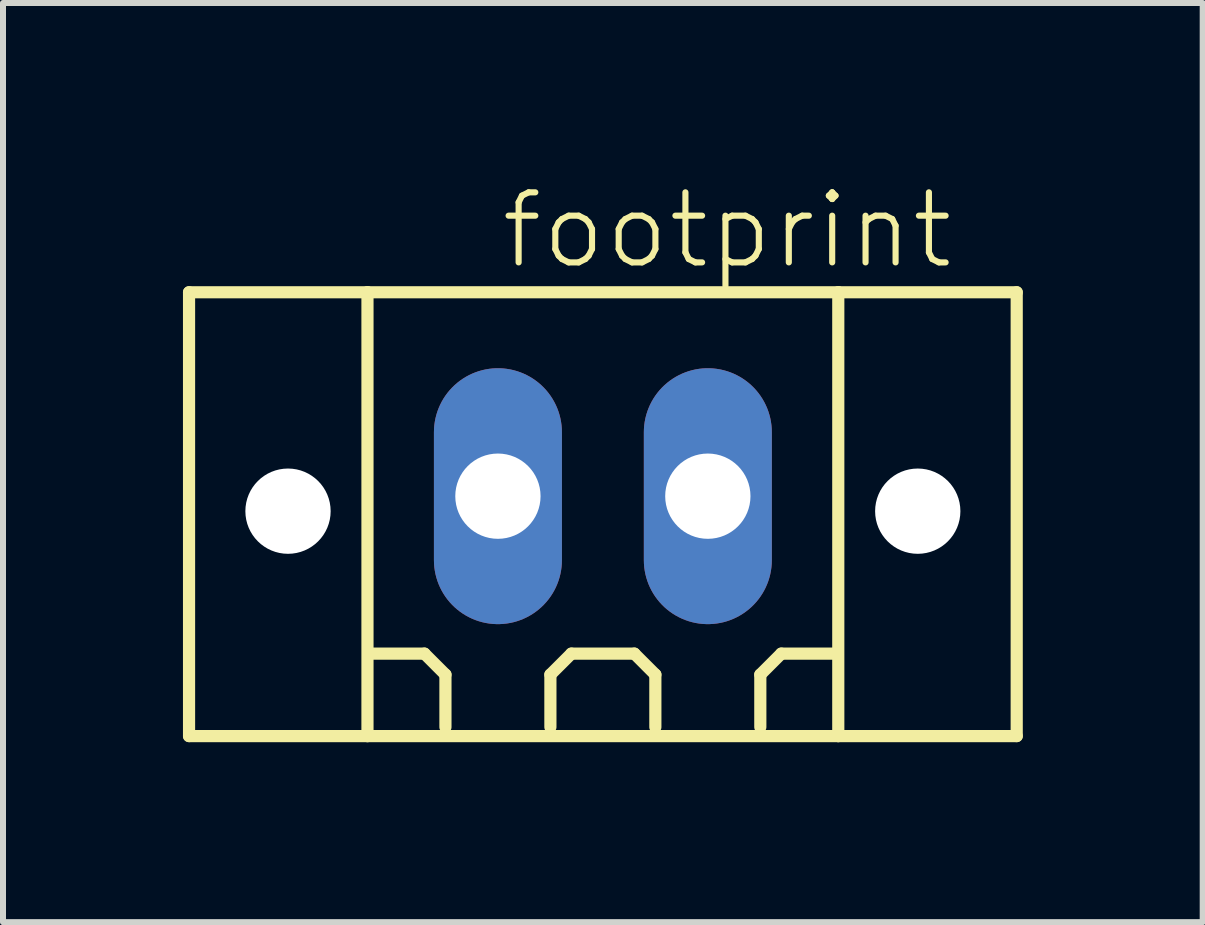
<source format=kicad_pcb>
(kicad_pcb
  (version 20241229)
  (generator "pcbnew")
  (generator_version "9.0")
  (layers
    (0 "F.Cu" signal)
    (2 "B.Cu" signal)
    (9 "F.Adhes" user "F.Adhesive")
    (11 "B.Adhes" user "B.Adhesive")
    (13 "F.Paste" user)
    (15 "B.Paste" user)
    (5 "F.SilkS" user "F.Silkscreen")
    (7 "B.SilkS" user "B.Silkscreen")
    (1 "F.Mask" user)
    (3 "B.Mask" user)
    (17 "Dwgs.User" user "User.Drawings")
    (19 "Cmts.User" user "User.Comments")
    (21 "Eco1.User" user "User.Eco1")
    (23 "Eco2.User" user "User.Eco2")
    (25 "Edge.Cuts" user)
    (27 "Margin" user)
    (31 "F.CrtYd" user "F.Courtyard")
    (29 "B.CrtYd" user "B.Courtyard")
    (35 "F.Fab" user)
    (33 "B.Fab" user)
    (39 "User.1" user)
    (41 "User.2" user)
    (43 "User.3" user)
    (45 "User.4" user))
  (footprint "footprint"
    (layer "F.Cu")
    (at 7.002 5.223)
    (property "Reference" "footprint" (at -1.75 -3.75 0) (layer "F.SilkS") (effects (font (size 1.168 1.168) (thickness 0.102)) (justify left bottom)))
    (fp_line (start -6.9 -3.4) (end -3.925 -3.4) (stroke (width 0.203) (type solid)) (layer "F.SilkS"))
    (fp_line (start -6.9 4) (end -6.9 -3.4) (stroke (width 0.203) (type solid)) (layer "F.SilkS"))
    (fp_line (start -3.925 -3.4) (end 3.925 -3.4) (stroke (width 0.203) (type solid)) (layer "F.SilkS"))
    (fp_line (start -3.925 4) (end -6.9 4) (stroke (width 0.203) (type solid)) (layer "F.SilkS"))
    (fp_line (start -3.925 4) (end -3.925 -3.4) (stroke (width 0.203) (type solid)) (layer "F.SilkS"))
    (fp_line (start -2.975 2.625) (end -3.85 2.625) (stroke (width 0.203) (type solid)) (layer "F.SilkS"))
    (fp_line (start -2.625 2.975) (end -2.975 2.625) (stroke (width 0.203) (type solid)) (layer "F.SilkS"))
    (fp_line (start -2.625 3.85) (end -2.625 2.975) (stroke (width 0.203) (type solid)) (layer "F.SilkS"))
    (fp_line (start -0.875 2.975) (end -0.525 2.625) (stroke (width 0.203) (type solid)) (layer "F.SilkS"))
    (fp_line (start -0.875 3.85) (end -0.875 2.975) (stroke (width 0.203) (type solid)) (layer "F.SilkS"))
    (fp_line (start -0.525 2.625) (end 0.525 2.625) (stroke (width 0.203) (type solid)) (layer "F.SilkS"))
    (fp_line (start 0.525 2.625) (end 0.875 2.975) (stroke (width 0.203) (type solid)) (layer "F.SilkS"))
    (fp_line (start 0.875 2.975) (end 0.875 3.85) (stroke (width 0.203) (type solid)) (layer "F.SilkS"))
    (fp_line (start 2.625 2.975) (end 2.975 2.625) (stroke (width 0.203) (type solid)) (layer "F.SilkS"))
    (fp_line (start 2.625 3.85) (end 2.625 2.975) (stroke (width 0.203) (type solid)) (layer "F.SilkS"))
    (fp_line (start 2.975 2.625) (end 3.85 2.625) (stroke (width 0.203) (type solid)) (layer "F.SilkS"))
    (fp_line (start 3.925 -3.4) (end 3.925 4) (stroke (width 0.203) (type solid)) (layer "F.SilkS"))
    (fp_line (start 3.925 -3.4) (end 6.9 -3.4) (stroke (width 0.203) (type solid)) (layer "F.SilkS"))
    (fp_line (start 3.925 4) (end -3.925 4) (stroke (width 0.203) (type solid)) (layer "F.SilkS"))
    (fp_line (start 6.9 -3.4) (end 6.9 4) (stroke (width 0.203) (type solid)) (layer "F.SilkS"))
    (fp_line (start 6.9 4) (end 3.925 4) (stroke (width 0.203) (type solid)) (layer "F.SilkS"))
    (pad "" np_thru_hole circle (at -5.25 0.25) (size 1.422 1.422) (drill 1.422) (layers "*.Cu" "*.Mask"))
    (pad "" np_thru_hole circle (at 5.25 0.25) (size 1.422 1.422) (drill 1.422) (layers "*.Cu" "*.Mask"))
    (pad "1" thru_hole oval (at -1.75 0 90) (size 4.267 2.134) (drill 1.422) (layers "*.Cu" "*.Mask"))
    (pad "2" thru_hole oval (at 1.75 0 90) (size 4.267 2.134) (drill 1.422) (layers "*.Cu" "*.Mask")))
  (gr_rect
    (start -3 -3)
    (end 17.003 12.325)
    (stroke (width 0.1) (type default))
    (fill no)
    (layer "Edge.Cuts")))
</source>
